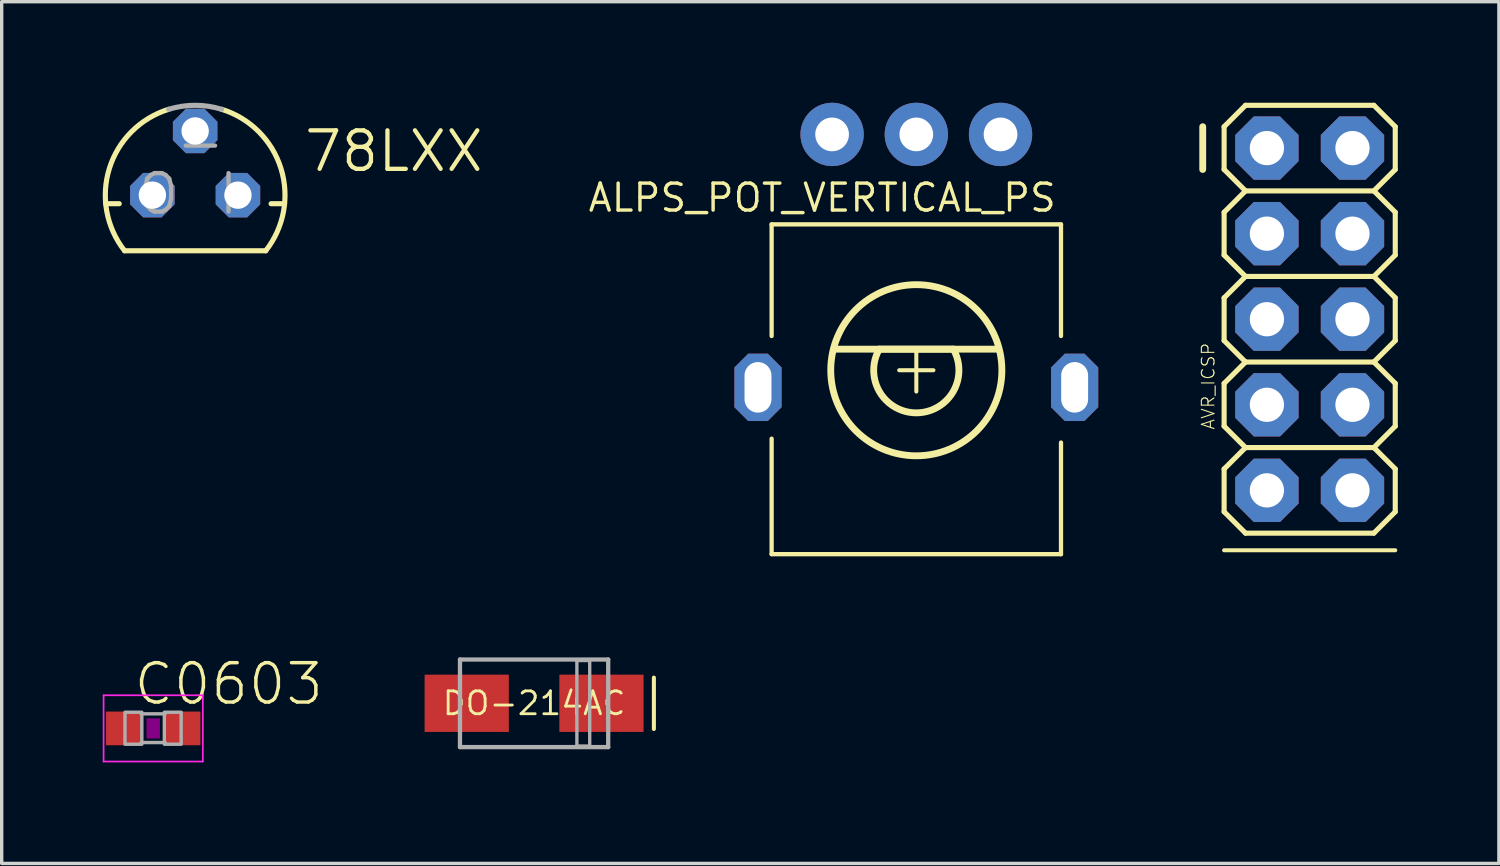
<source format=kicad_pcb>
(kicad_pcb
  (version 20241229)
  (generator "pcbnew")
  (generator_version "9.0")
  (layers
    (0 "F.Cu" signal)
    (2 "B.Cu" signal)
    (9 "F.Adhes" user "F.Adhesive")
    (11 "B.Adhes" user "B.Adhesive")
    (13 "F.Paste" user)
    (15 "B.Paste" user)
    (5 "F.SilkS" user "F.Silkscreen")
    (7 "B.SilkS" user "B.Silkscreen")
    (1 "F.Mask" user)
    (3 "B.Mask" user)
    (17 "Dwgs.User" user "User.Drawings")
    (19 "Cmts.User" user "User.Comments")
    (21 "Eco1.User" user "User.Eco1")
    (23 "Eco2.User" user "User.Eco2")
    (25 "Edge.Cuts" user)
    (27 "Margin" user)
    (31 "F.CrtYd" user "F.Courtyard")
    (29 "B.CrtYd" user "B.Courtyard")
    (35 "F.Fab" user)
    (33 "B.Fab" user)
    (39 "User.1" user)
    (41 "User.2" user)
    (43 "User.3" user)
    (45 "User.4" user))
  (footprint "DO-214AC"
    (layer "F.Cu")
    (at 12.804 17.827)
    (property "Reference" "DO-214AC" (at 0 0 0) (layer "F.SilkS") (effects (font (size 0.678 0.678) (thickness 0.084))))
    (fp_line (start 3.556 -0.762) (end 3.556 0.762) (stroke (width 0.12) (type solid)) (layer "F.SilkS"))
    (fp_line (start -2.2 -1.3) (end 2.2 -1.3) (stroke (width 0.127) (type solid)) (layer "F.Fab"))
    (fp_line (start -2.2 1.3) (end -2.2 -1.3) (stroke (width 0.127) (type solid)) (layer "F.Fab"))
    (fp_line (start 2.2 -1.3) (end 2.2 1.3) (stroke (width 0.127) (type solid)) (layer "F.Fab"))
    (fp_line (start 2.2 1.3) (end -2.2 1.3) (stroke (width 0.127) (type solid)) (layer "F.Fab"))
    (fp_poly (pts (xy 1.651 -1.27) (xy 1.27 -1.27) (xy 1.27 1.27) (xy 1.651 1.27)) (stroke (width 0.1) (type solid)) (fill no) (layer "F.Fab"))
    (pad "1" smd rect (at -2 0 270) (size 1.7 2.5) (layers "F.Cu" "F.Mask" "F.Paste"))
    (pad "2" smd rect (at 2 0 270) (size 1.7 2.5) (layers "F.Cu" "F.Mask" "F.Paste")))
  (footprint "78LXX"
    (layer "F.Cu")
    (at 2.743 2.743)
    (property "Reference" "78LXX" (at 3.175 -0.635 0) (layer "F.SilkS") (effects (font (size 1.143 1.143) (thickness 0.127)) (justify left bottom)))
    (fp_line (start -2.655 0.254) (end -2.254 0.254) (stroke (width 0.152) (type solid)) (layer "F.SilkS"))
    (fp_line (start -2.095 1.651) (end 2.095 1.651) (stroke (width 0.152) (type solid)) (layer "F.SilkS"))
    (fp_line (start 2.254 0.254) (end 2.655 0.254) (stroke (width 0.152) (type solid)) (layer "F.SilkS"))
    (fp_arc (start -2.0946 1.651) (mid -2.54634 -0.793276) (end -0.786301 -2.548501) (stroke (width 0.1524) (type solid)) (layer "F.SilkS"))
    (fp_arc (start 0.7868 -2.5484) (mid 2.54677 -0.793202) (end 2.095 1.650999) (stroke (width 0.1524) (type solid)) (layer "F.SilkS"))
    (fp_arc (start -0.7863 -2.5485) (mid 0 -2.667043) (end 0.7863 -2.5485) (stroke (width 0.1524) (type solid)) (layer "F.Fab"))
    (fp_text user "O" (at -1.778 0.635 0) (layer "F.Fab") (effects (font (size 1.143 1.143) (thickness 0.127)) (justify left bottom)))
    (fp_text user "-" (at -0.635 -0.889 0) (layer "F.Fab") (effects (font (size 1.143 1.143) (thickness 0.127)) (justify left bottom)))
    (fp_text user "I" (at 0.635 0.635 0) (layer "F.Fab") (effects (font (size 1.143 1.143) (thickness 0.127)) (justify left bottom)))
    (pad "GND" thru_hole roundrect (at 0 -1.905) (size 1.321 1.321) (drill 0.813) (layers "*.Cu" "*.Mask") (roundrect_rratio 0.25) (chamfer_ratio 0.293) (chamfer top_left top_right bottom_left bottom_right))
    (pad "IN" thru_hole roundrect (at 1.27 0) (size 1.321 1.321) (drill 0.813) (layers "*.Cu" "*.Mask") (roundrect_rratio 0.25) (chamfer_ratio 0.293) (chamfer top_left top_right bottom_left bottom_right))
    (pad "OUT" thru_hole roundrect (at -1.27 0) (size 1.321 1.321) (drill 0.813) (layers "*.Cu" "*.Mask") (roundrect_rratio 0.25) (chamfer_ratio 0.293) (chamfer top_left top_right bottom_left bottom_right)))
  (footprint "AVR_ICSP"
    (layer "F.Cu")
    (at 35.827 6.426)
    (property "Reference" "AVR_ICSP" (at -2.794 3.302 90) (layer "F.SilkS") (effects (font (size 0.374 0.374) (thickness 0.033)) (justify left bottom)))
    (fp_line (start -3.175 -5.715) (end -3.175 -4.445) (stroke (width 0.203) (type solid)) (layer "F.SilkS"))
    (fp_line (start -2.54 -5.715) (end -2.54 -4.445) (stroke (width 0.152) (type solid)) (layer "F.SilkS"))
    (fp_line (start -2.54 -4.445) (end -1.905 -3.81) (stroke (width 0.152) (type solid)) (layer "F.SilkS"))
    (fp_line (start -2.54 -3.175) (end -2.54 -1.905) (stroke (width 0.152) (type solid)) (layer "F.SilkS"))
    (fp_line (start -2.54 -1.905) (end -1.905 -1.27) (stroke (width 0.152) (type solid)) (layer "F.SilkS"))
    (fp_line (start -2.54 -0.635) (end -2.54 0.635) (stroke (width 0.152) (type solid)) (layer "F.SilkS"))
    (fp_line (start -2.54 0.635) (end -1.905 1.27) (stroke (width 0.152) (type solid)) (layer "F.SilkS"))
    (fp_line (start -2.54 1.905) (end -2.54 3.175) (stroke (width 0.152) (type solid)) (layer "F.SilkS"))
    (fp_line (start -2.54 3.175) (end -1.905 3.81) (stroke (width 0.152) (type solid)) (layer "F.SilkS"))
    (fp_line (start -2.54 4.445) (end -2.54 5.715) (stroke (width 0.152) (type solid)) (layer "F.SilkS"))
    (fp_line (start -2.54 5.715) (end -1.905 6.35) (stroke (width 0.152) (type solid)) (layer "F.SilkS"))
    (fp_line (start -1.905 -6.35) (end -2.54 -5.715) (stroke (width 0.152) (type solid)) (layer "F.SilkS"))
    (fp_line (start -1.905 -6.35) (end 1.905 -6.35) (stroke (width 0.152) (type solid)) (layer "F.SilkS"))
    (fp_line (start -1.905 -3.81) (end -2.54 -3.175) (stroke (width 0.152) (type solid)) (layer "F.SilkS"))
    (fp_line (start -1.905 -1.27) (end -2.54 -0.635) (stroke (width 0.152) (type solid)) (layer "F.SilkS"))
    (fp_line (start -1.905 1.27) (end -2.54 1.905) (stroke (width 0.152) (type solid)) (layer "F.SilkS"))
    (fp_line (start -1.905 3.81) (end -2.54 4.445) (stroke (width 0.152) (type solid)) (layer "F.SilkS"))
    (fp_line (start 1.905 -6.35) (end 2.54 -5.715) (stroke (width 0.152) (type solid)) (layer "F.SilkS"))
    (fp_line (start 1.905 -3.81) (end -1.905 -3.81) (stroke (width 0.152) (type solid)) (layer "F.SilkS"))
    (fp_line (start 1.905 -3.81) (end 2.54 -3.175) (stroke (width 0.152) (type solid)) (layer "F.SilkS"))
    (fp_line (start 1.905 -1.27) (end -1.905 -1.27) (stroke (width 0.152) (type solid)) (layer "F.SilkS"))
    (fp_line (start 1.905 -1.27) (end 2.54 -0.635) (stroke (width 0.152) (type solid)) (layer "F.SilkS"))
    (fp_line (start 1.905 1.27) (end -1.905 1.27) (stroke (width 0.152) (type solid)) (layer "F.SilkS"))
    (fp_line (start 1.905 1.27) (end 2.54 1.905) (stroke (width 0.152) (type solid)) (layer "F.SilkS"))
    (fp_line (start 1.905 3.81) (end -1.905 3.81) (stroke (width 0.152) (type solid)) (layer "F.SilkS"))
    (fp_line (start 1.905 3.81) (end 2.54 4.445) (stroke (width 0.152) (type solid)) (layer "F.SilkS"))
    (fp_line (start 1.905 6.35) (end -1.905 6.35) (stroke (width 0.152) (type solid)) (layer "F.SilkS"))
    (fp_line (start 2.54 -5.715) (end 2.54 -4.445) (stroke (width 0.152) (type solid)) (layer "F.SilkS"))
    (fp_line (start 2.54 -4.445) (end 1.905 -3.81) (stroke (width 0.152) (type solid)) (layer "F.SilkS"))
    (fp_line (start 2.54 -3.175) (end 2.54 -1.905) (stroke (width 0.152) (type solid)) (layer "F.SilkS"))
    (fp_line (start 2.54 -1.905) (end 1.905 -1.27) (stroke (width 0.152) (type solid)) (layer "F.SilkS"))
    (fp_line (start 2.54 -0.635) (end 2.54 0.635) (stroke (width 0.152) (type solid)) (layer "F.SilkS"))
    (fp_line (start 2.54 0.635) (end 1.905 1.27) (stroke (width 0.152) (type solid)) (layer "F.SilkS"))
    (fp_line (start 2.54 1.905) (end 2.54 3.175) (stroke (width 0.152) (type solid)) (layer "F.SilkS"))
    (fp_line (start 2.54 3.175) (end 1.905 3.81) (stroke (width 0.152) (type solid)) (layer "F.SilkS"))
    (fp_line (start 2.54 4.445) (end 2.54 5.715) (stroke (width 0.152) (type solid)) (layer "F.SilkS"))
    (fp_line (start 2.54 5.715) (end 1.905 6.35) (stroke (width 0.152) (type solid)) (layer "F.SilkS"))
    (fp_line (start 2.54 6.858) (end -2.54 6.858) (stroke (width 0.12) (type solid)) (layer "F.SilkS"))
    (fp_poly (pts (xy -1.524 -4.826) (xy -1.016 -4.826) (xy -1.016 -5.334) (xy -1.524 -5.334)) (stroke (width 0.1) (type solid)) (fill no) (layer "F.Fab"))
    (fp_poly (pts (xy -1.524 -2.286) (xy -1.016 -2.286) (xy -1.016 -2.794) (xy -1.524 -2.794)) (stroke (width 0.1) (type solid)) (fill no) (layer "F.Fab"))
    (fp_poly (pts (xy -1.524 2.794) (xy -1.016 2.794) (xy -1.016 2.286) (xy -1.524 2.286)) (stroke (width 0.1) (type solid)) (fill no) (layer "F.Fab"))
    (fp_poly (pts (xy -1.524 5.334) (xy -1.016 5.334) (xy -1.016 4.826) (xy -1.524 4.826)) (stroke (width 0.1) (type solid)) (fill no) (layer "F.Fab"))
    (fp_poly (pts (xy 1.016 -4.826) (xy 1.524 -4.826) (xy 1.524 -5.334) (xy 1.016 -5.334)) (stroke (width 0.1) (type solid)) (fill no) (layer "F.Fab"))
    (fp_poly (pts (xy 1.016 -2.286) (xy 1.524 -2.286) (xy 1.524 -2.794) (xy 1.016 -2.794)) (stroke (width 0.1) (type solid)) (fill no) (layer "F.Fab"))
    (fp_poly (pts (xy 1.016 0.254) (xy 1.524 0.254) (xy 1.524 -0.254) (xy 1.016 -0.254)) (stroke (width 0.1) (type solid)) (fill no) (layer "F.Fab"))
    (fp_poly (pts (xy 1.016 2.794) (xy 1.524 2.794) (xy 1.524 2.286) (xy 1.016 2.286)) (stroke (width 0.1) (type solid)) (fill no) (layer "F.Fab"))
    (fp_poly (pts (xy 1.016 5.334) (xy 1.524 5.334) (xy 1.524 4.826) (xy 1.016 4.826)) (stroke (width 0.1) (type solid)) (fill no) (layer "F.Fab"))
    (pad "1" thru_hole roundrect (at -1.27 -5.08 270) (size 1.88 1.88) (drill 1.016) (layers "*.Cu" "*.Mask") (roundrect_rratio 0.25) (chamfer_ratio 0.293) (chamfer top_left top_right bottom_left bottom_right))
    (pad "2" thru_hole roundrect (at 1.27 -5.08 270) (size 1.88 1.88) (drill 1.016) (layers "*.Cu" "*.Mask") (roundrect_rratio 0.25) (chamfer_ratio 0.293) (chamfer top_left top_right bottom_left bottom_right))
    (pad "3" thru_hole roundrect (at -1.27 -2.54 270) (size 1.88 1.88) (drill 1.016) (layers "*.Cu" "*.Mask") (roundrect_rratio 0.25) (chamfer_ratio 0.293) (chamfer top_left top_right bottom_left bottom_right))
    (pad "4" thru_hole roundrect (at 1.27 -2.54 270) (size 1.88 1.88) (drill 1.016) (layers "*.Cu" "*.Mask") (roundrect_rratio 0.25) (chamfer_ratio 0.293) (chamfer top_left top_right bottom_left bottom_right))
    (pad "5" thru_hole roundrect (at -1.27 0 270) (size 1.88 1.88) (drill 1.016) (layers "*.Cu" "*.Mask") (roundrect_rratio 0.25) (chamfer_ratio 0.293) (chamfer top_left top_right bottom_left bottom_right))
    (pad "6" thru_hole roundrect (at 1.27 0 270) (size 1.88 1.88) (drill 1.016) (layers "*.Cu" "*.Mask") (roundrect_rratio 0.25) (chamfer_ratio 0.293) (chamfer top_left top_right bottom_left bottom_right))
    (pad "7" thru_hole roundrect (at -1.27 2.54 270) (size 1.88 1.88) (drill 1.016) (layers "*.Cu" "*.Mask") (roundrect_rratio 0.25) (chamfer_ratio 0.293) (chamfer top_left top_right bottom_left bottom_right))
    (pad "8" thru_hole roundrect (at 1.27 2.54 270) (size 1.88 1.88) (drill 1.016) (layers "*.Cu" "*.Mask") (roundrect_rratio 0.25) (chamfer_ratio 0.293) (chamfer top_left top_right bottom_left bottom_right))
    (pad "9" thru_hole roundrect (at -1.27 5.08 270) (size 1.88 1.88) (drill 1.016) (layers "*.Cu" "*.Mask") (roundrect_rratio 0.25) (chamfer_ratio 0.293) (chamfer top_left top_right bottom_left bottom_right))
    (pad "10" thru_hole roundrect (at 1.27 5.08 270) (size 1.88 1.88) (drill 1.016) (layers "*.Cu" "*.Mask") (roundrect_rratio 0.25) (chamfer_ratio 0.293) (chamfer top_left top_right bottom_left bottom_right)))
  (footprint "ALPS_POT_VERTICAL_PS"
    (layer "F.Cu")
    (at 24.15 7.94)
    (property "Reference" "ALPS_POT_VERTICAL_PS" (at -2.794 -5.588 0) (layer "F.SilkS") (effects (font (size 0.8 0.8) (thickness 0.102)) (justify top)))
    (fp_line (start -4.295 -4.33) (end 4.295 -4.33) (stroke (width 0.127) (type solid)) (layer "F.SilkS"))
    (fp_line (start -4.295 -1.016) (end -4.295 -4.33) (stroke (width 0.127) (type solid)) (layer "F.SilkS"))
    (fp_line (start -4.295 5.46) (end -4.295 2.032) (stroke (width 0.127) (type solid)) (layer "F.SilkS"))
    (fp_line (start -2.45 -0.625) (end 2.425 -0.625) (stroke (width 0.203) (type solid)) (layer "F.SilkS"))
    (fp_line (start -1.1 -0.625) (end 1.1 -0.625) (stroke (width 0.203) (type solid)) (layer "F.SilkS"))
    (fp_line (start -0.508 0) (end 0.508 0) (stroke (width 0.12) (type solid)) (layer "F.SilkS"))
    (fp_line (start 0 -0.633) (end 0 0.633) (stroke (width 0.12) (type solid)) (layer "F.SilkS"))
    (fp_line (start 4.295 -1.016) (end 4.295 -4.33) (stroke (width 0.127) (type solid)) (layer "F.SilkS"))
    (fp_line (start 4.295 5.46) (end -4.295 5.46) (stroke (width 0.127) (type solid)) (layer "F.SilkS"))
    (fp_line (start 4.295 5.46) (end 4.295 2.146) (stroke (width 0.127) (type solid)) (layer "F.SilkS"))
    (fp_arc (start 1.1 -0.625) (mid 0 1.265158) (end -1.1 -0.625) (stroke (width 0.2032) (type solid)) (layer "F.SilkS"))
    (fp_circle (center 0 0) (end 2.54 0) (stroke (width 0.203) (type solid)) (fill no) (layer "F.SilkS"))
    (pad "P$1" thru_hole circle (at -2.5 -7 270) (size 1.88 1.88) (drill 1) (layers "*.Cu" "*.Mask"))
    (pad "P$2" thru_hole circle (at 0 -7 270) (size 1.88 1.88) (drill 1) (layers "*.Cu" "*.Mask"))
    (pad "P$3" thru_hole circle (at 2.5 -7 270) (size 1.88 1.88) (drill 1) (layers "*.Cu" "*.Mask"))
    (pad "P$4" thru_hole roundrect (at -4.7 0.508 270) (size 2 1.4) (drill oval 1.5 0.8) (layers "*.Cu" "*.Mask") (roundrect_rratio 0.25) (chamfer_ratio 0.293) (chamfer top_left top_right bottom_left bottom_right))
    (pad "P$5" thru_hole roundrect (at 4.7 0.508 270) (size 2 1.4) (drill oval 1.5 0.8) (layers "*.Cu" "*.Mask") (roundrect_rratio 0.25) (chamfer_ratio 0.293) (chamfer top_left top_right bottom_left bottom_right)))
  (footprint "C0603"
    (layer "F.Cu")
    (at 1.498 18.572)
    (property "Reference" "C0603" (at -0.635 -0.635 0) (layer "F.SilkS") (effects (font (size 1.168 1.168) (thickness 0.102)) (justify left bottom)))
    (fp_poly (pts (xy -0.2 0.3) (xy 0.2 0.3) (xy 0.2 -0.3) (xy -0.2 -0.3)) (stroke (width 0) (type solid)) (fill yes) (layer "F.Adhes"))
    (fp_line (start -1.473 -0.983) (end 1.473 -0.983) (stroke (width 0.051) (type solid)) (layer "F.CrtYd"))
    (fp_line (start -1.473 0.983) (end -1.473 -0.983) (stroke (width 0.051) (type solid)) (layer "F.CrtYd"))
    (fp_line (start 1.473 -0.983) (end 1.473 0.983) (stroke (width 0.051) (type solid)) (layer "F.CrtYd"))
    (fp_line (start 1.473 0.983) (end -1.473 0.983) (stroke (width 0.051) (type solid)) (layer "F.CrtYd"))
    (fp_line (start -0.356 -0.432) (end 0.356 -0.432) (stroke (width 0.102) (type solid)) (layer "F.Fab"))
    (fp_line (start -0.356 0.419) (end 0.356 0.419) (stroke (width 0.102) (type solid)) (layer "F.Fab"))
    (fp_poly (pts (xy -0.838 0.47) (xy -0.338 0.47) (xy -0.338 -0.48) (xy -0.838 -0.48)) (stroke (width 0.1) (type solid)) (fill no) (layer "F.Fab"))
    (fp_poly (pts (xy 0.33 0.47) (xy 0.83 0.47) (xy 0.83 -0.48) (xy 0.33 -0.48)) (stroke (width 0.1) (type solid)) (fill no) (layer "F.Fab"))
    (pad "1" smd rect (at -0.85 0) (size 1.1 1) (layers "F.Cu" "F.Mask" "F.Paste"))
    (pad "2" smd rect (at 0.85 0) (size 1.1 1) (layers "F.Cu" "F.Mask" "F.Paste")))
  (gr_rect
    (start -3 -3)
    (end 41.443 22.58)
    (stroke (width 0.1) (type default))
    (fill no)
    (layer "Edge.Cuts")))
</source>
